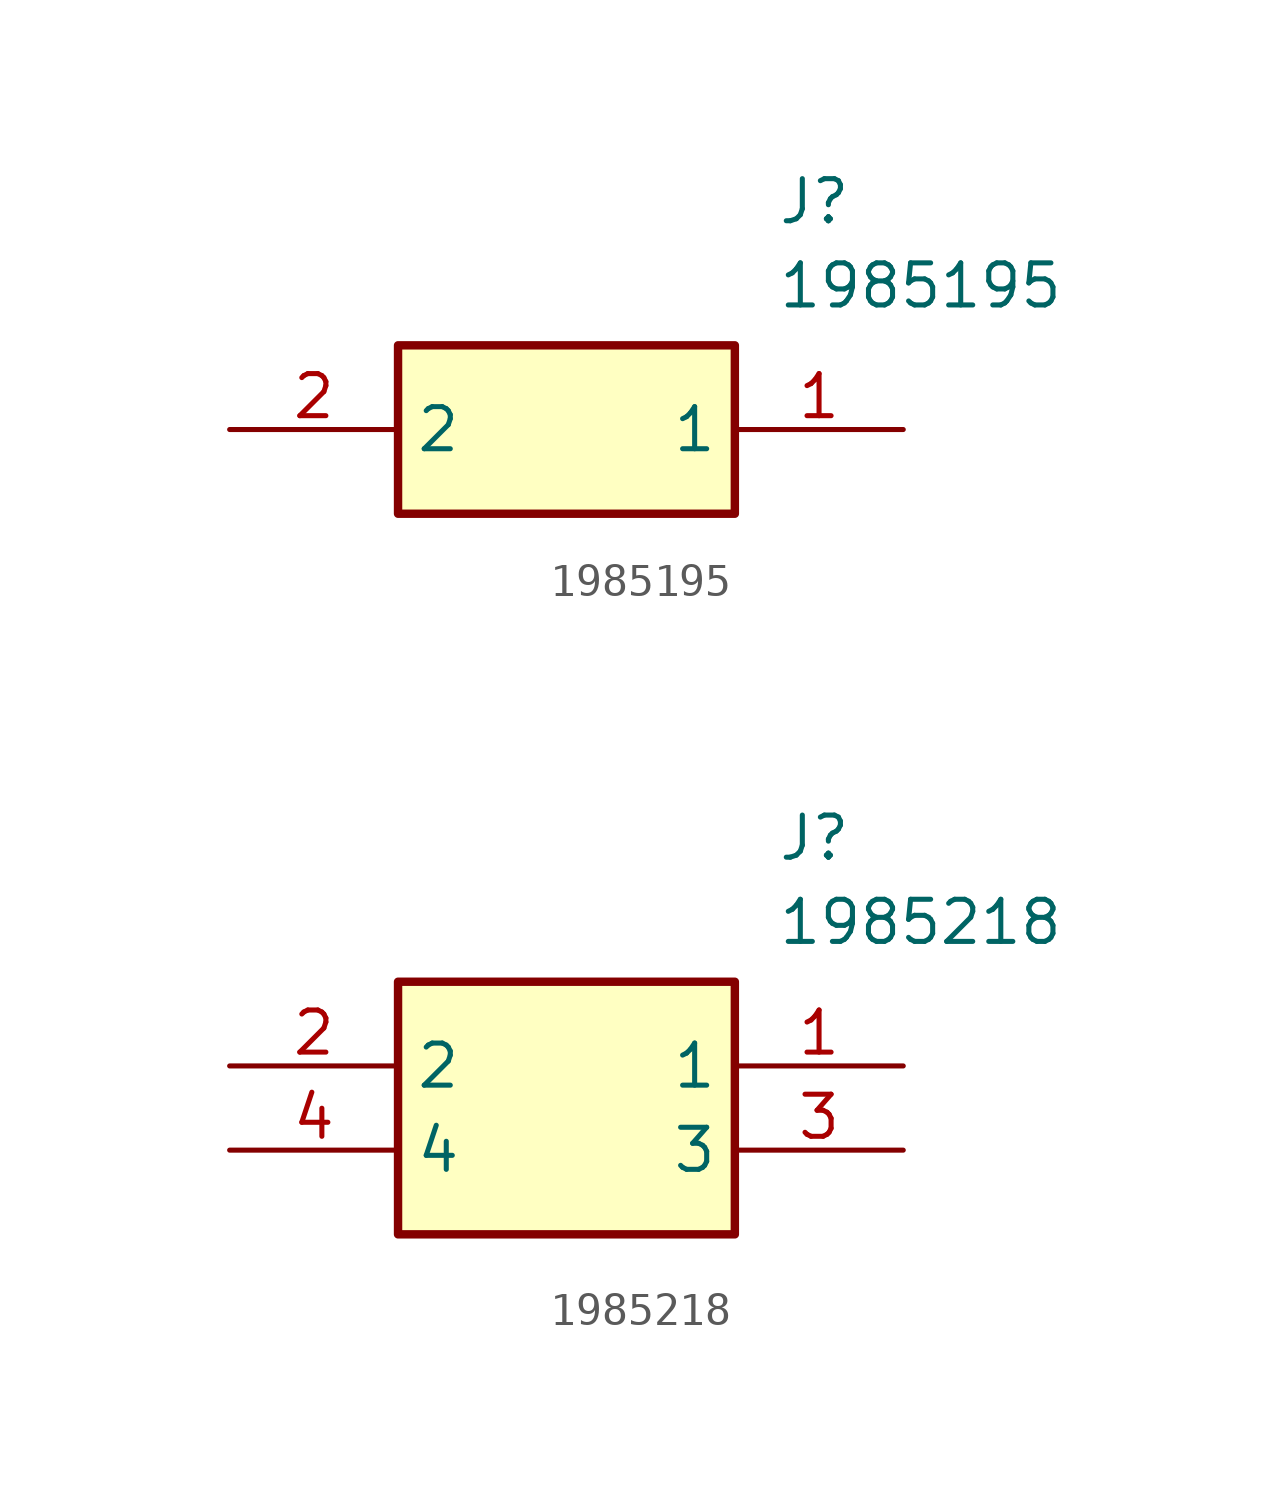
<source format=kicad_sym>
(kicad_symbol_lib
  (version 20241209)
  (generator "kicad_symbol_editor")
  (generator_version "9.0")
  (symbol "1985195"
    (property "Reference" "J"
      (at 16.51 7.62 0)
      (effects (font (size 1.27 1.27)) (justify left top)))
    (property "Value" "1985195"
      (at 16.51 5.08 0)
      (effects (font (size 1.27 1.27)) (justify left top)))
    (symbol "1985195_1_1"
      (rectangle (start 5.08 2.54) (end 15.24 -2.54) (stroke (width 0.254) (type default)) (fill (type background)))
      (pin passive line (at 0 0 0) (length 5.08) (name "2" (effects (font (size 1.27 1.27)))) (number "2" (effects (font (size 1.27 1.27)))))
      (pin passive line (at 20.32 0 180) (length 5.08) (name "1" (effects (font (size 1.27 1.27)))) (number "1" (effects (font (size 1.27 1.27)))))))
  (symbol "1985218"
    (property "Reference" "J"
      (at 16.51 7.62 0)
      (effects (font (size 1.27 1.27)) (justify left top)))
    (property "Value" "1985218"
      (at 16.51 5.08 0)
      (effects (font (size 1.27 1.27)) (justify left top)))
    (symbol "1985218_1_1"
      (rectangle (start 5.08 2.54) (end 15.24 -5.08) (stroke (width 0.254) (type default)) (fill (type background)))
      (pin passive line (at 0 0 0) (length 5.08) (name "2" (effects (font (size 1.27 1.27)))) (number "2" (effects (font (size 1.27 1.27)))))
      (pin passive line (at 0 -2.54 0) (length 5.08) (name "4" (effects (font (size 1.27 1.27)))) (number "4" (effects (font (size 1.27 1.27)))))
      (pin passive line (at 20.32 0 180) (length 5.08) (name "1" (effects (font (size 1.27 1.27)))) (number "1" (effects (font (size 1.27 1.27)))))
      (pin passive line (at 20.32 -2.54 180) (length 5.08) (name "3" (effects (font (size 1.27 1.27)))) (number "3" (effects (font (size 1.27 1.27))))))))
</source>
